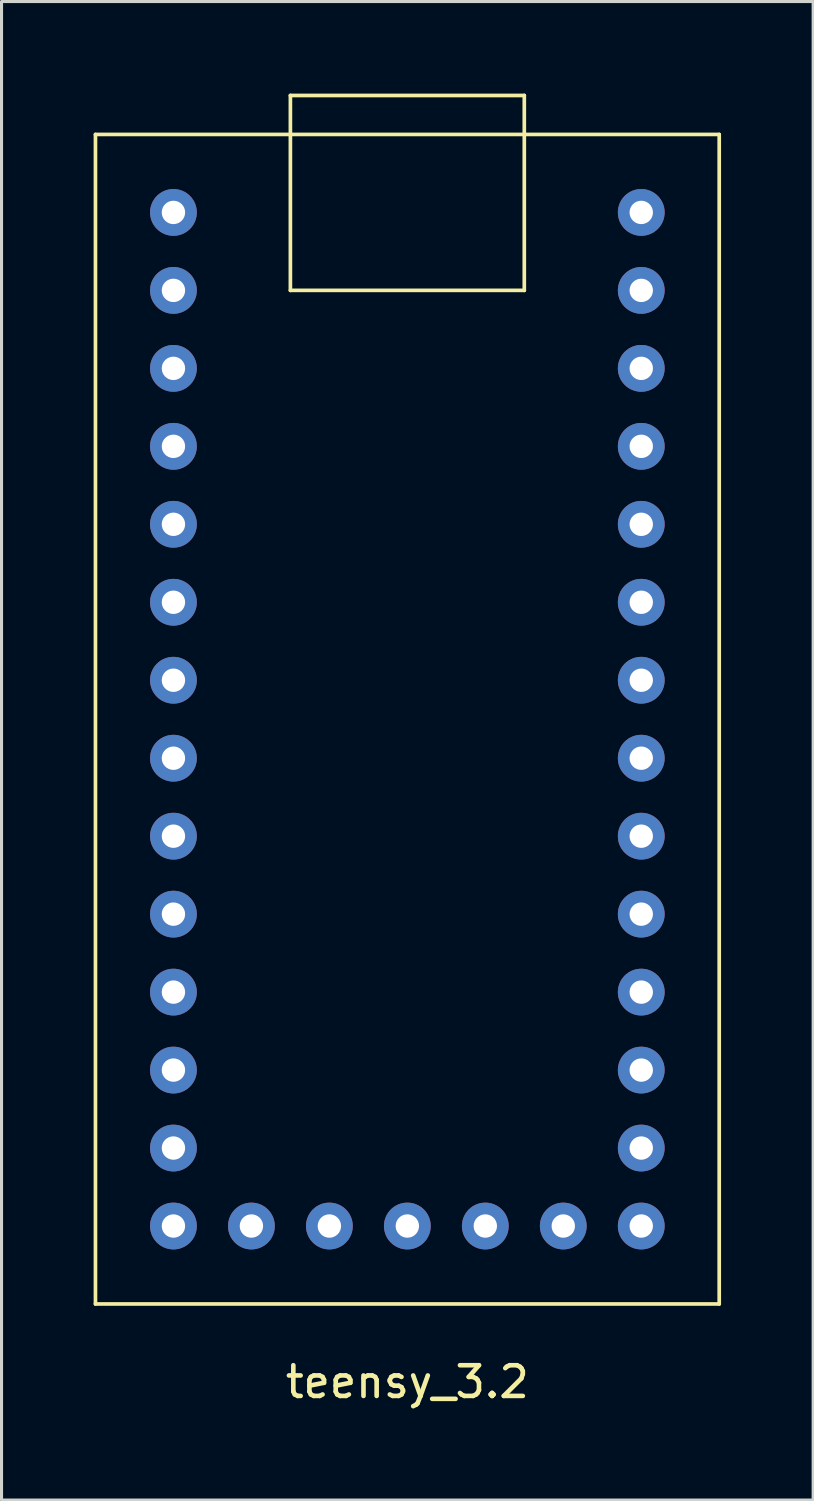
<source format=kicad_pcb>
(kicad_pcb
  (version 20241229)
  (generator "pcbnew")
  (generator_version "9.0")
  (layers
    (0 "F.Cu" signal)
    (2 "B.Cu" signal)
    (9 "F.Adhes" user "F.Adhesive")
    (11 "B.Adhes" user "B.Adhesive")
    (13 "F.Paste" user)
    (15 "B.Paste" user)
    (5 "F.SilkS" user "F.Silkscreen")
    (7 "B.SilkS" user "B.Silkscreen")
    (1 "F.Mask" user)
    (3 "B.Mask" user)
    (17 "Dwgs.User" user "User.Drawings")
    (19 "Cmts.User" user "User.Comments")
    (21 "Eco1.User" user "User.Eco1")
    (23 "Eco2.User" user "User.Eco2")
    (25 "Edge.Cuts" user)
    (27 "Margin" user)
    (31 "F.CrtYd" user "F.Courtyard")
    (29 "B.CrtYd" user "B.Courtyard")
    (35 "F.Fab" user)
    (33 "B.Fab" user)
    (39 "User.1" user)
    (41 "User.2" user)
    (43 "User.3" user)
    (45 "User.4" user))
  (footprint "teensy_3.2"
    (layer "F.Cu")
    (at 10.22 19.11)
    (property "Reference" "teensy_3.2" (at 0 22.86 0) (layer "F.SilkS") (effects (font (size 1 1) (thickness 0.15))))
    (attr through_hole)
    (fp_line (start -10.16 -17.78) (end 10.16 -17.78) (stroke (width 0.12) (type solid)) (layer "F.SilkS"))
    (fp_line (start -10.16 20.32) (end -10.16 -17.78) (stroke (width 0.12) (type solid)) (layer "F.SilkS"))
    (fp_line (start -3.81 -19.05) (end 3.81 -19.05) (stroke (width 0.12) (type solid)) (layer "F.SilkS"))
    (fp_line (start -3.81 -12.7) (end -3.81 -19.05) (stroke (width 0.12) (type solid)) (layer "F.SilkS"))
    (fp_line (start 3.81 -19.05) (end 3.81 -12.7) (stroke (width 0.12) (type solid)) (layer "F.SilkS"))
    (fp_line (start 3.81 -12.7) (end -3.81 -12.7) (stroke (width 0.12) (type solid)) (layer "F.SilkS"))
    (fp_line (start 10.16 -17.78) (end 10.16 20.32) (stroke (width 0.12) (type solid)) (layer "F.SilkS"))
    (fp_line (start 10.16 20.32) (end -10.16 20.32) (stroke (width 0.12) (type solid)) (layer "F.SilkS"))
    (pad "1" thru_hole circle (at -7.62 -15.24) (size 1.524 1.524) (drill 0.762) (layers "*.Cu" "*.Mask"))
    (pad "2" thru_hole circle (at -7.62 -12.7) (size 1.524 1.524) (drill 0.762) (layers "*.Cu" "*.Mask"))
    (pad "3" thru_hole circle (at -7.62 -10.16) (size 1.524 1.524) (drill 0.762) (layers "*.Cu" "*.Mask"))
    (pad "4" thru_hole circle (at -7.62 -7.62) (size 1.524 1.524) (drill 0.762) (layers "*.Cu" "*.Mask"))
    (pad "5" thru_hole circle (at -7.62 -5.08) (size 1.524 1.524) (drill 0.762) (layers "*.Cu" "*.Mask"))
    (pad "6" thru_hole circle (at -7.62 -2.54) (size 1.524 1.524) (drill 0.762) (layers "*.Cu" "*.Mask"))
    (pad "7" thru_hole circle (at -7.62 0) (size 1.524 1.524) (drill 0.762) (layers "*.Cu" "*.Mask"))
    (pad "8" thru_hole circle (at -7.62 2.54) (size 1.524 1.524) (drill 0.762) (layers "*.Cu" "*.Mask"))
    (pad "9" thru_hole circle (at -7.62 5.08) (size 1.524 1.524) (drill 0.762) (layers "*.Cu" "*.Mask"))
    (pad "10" thru_hole circle (at -7.62 7.62) (size 1.524 1.524) (drill 0.762) (layers "*.Cu" "*.Mask"))
    (pad "11" thru_hole circle (at -7.62 10.16) (size 1.524 1.524) (drill 0.762) (layers "*.Cu" "*.Mask"))
    (pad "12" thru_hole circle (at -7.62 12.7) (size 1.524 1.524) (drill 0.762) (layers "*.Cu" "*.Mask"))
    (pad "13" thru_hole circle (at -7.62 15.24) (size 1.524 1.524) (drill 0.762) (layers "*.Cu" "*.Mask"))
    (pad "14" thru_hole circle (at -7.62 17.78) (size 1.524 1.524) (drill 0.762) (layers "*.Cu" "*.Mask"))
    (pad "15" thru_hole circle (at -5.08 17.78) (size 1.524 1.524) (drill 0.762) (layers "*.Cu" "*.Mask"))
    (pad "16" thru_hole circle (at -2.54 17.78) (size 1.524 1.524) (drill 0.762) (layers "*.Cu" "*.Mask"))
    (pad "17" thru_hole circle (at 0 17.78) (size 1.524 1.524) (drill 0.762) (layers "*.Cu" "*.Mask"))
    (pad "18" thru_hole circle (at 2.54 17.78) (size 1.524 1.524) (drill 0.762) (layers "*.Cu" "*.Mask"))
    (pad "19" thru_hole circle (at 5.08 17.78) (size 1.524 1.524) (drill 0.762) (layers "*.Cu" "*.Mask"))
    (pad "20" thru_hole circle (at 7.62 17.78) (size 1.524 1.524) (drill 0.762) (layers "*.Cu" "*.Mask"))
    (pad "21" thru_hole circle (at 7.62 15.24) (size 1.524 1.524) (drill 0.762) (layers "*.Cu" "*.Mask"))
    (pad "22" thru_hole circle (at 7.62 12.7) (size 1.524 1.524) (drill 0.762) (layers "*.Cu" "*.Mask"))
    (pad "23" thru_hole circle (at 7.62 10.16) (size 1.524 1.524) (drill 0.762) (layers "*.Cu" "*.Mask"))
    (pad "24" thru_hole circle (at 7.62 7.62) (size 1.524 1.524) (drill 0.762) (layers "*.Cu" "*.Mask"))
    (pad "25" thru_hole circle (at 7.62 5.08) (size 1.524 1.524) (drill 0.762) (layers "*.Cu" "*.Mask"))
    (pad "26" thru_hole circle (at 7.62 2.54) (size 1.524 1.524) (drill 0.762) (layers "*.Cu" "*.Mask"))
    (pad "27" thru_hole circle (at 7.62 0) (size 1.524 1.524) (drill 0.762) (layers "*.Cu" "*.Mask"))
    (pad "28" thru_hole circle (at 7.62 -2.54) (size 1.524 1.524) (drill 0.762) (layers "*.Cu" "*.Mask"))
    (pad "29" thru_hole circle (at 7.62 -5.08) (size 1.524 1.524) (drill 0.762) (layers "*.Cu" "*.Mask"))
    (pad "30" thru_hole circle (at 7.62 -7.62) (size 1.524 1.524) (drill 0.762) (layers "*.Cu" "*.Mask"))
    (pad "31" thru_hole circle (at 7.62 -10.16) (size 1.524 1.524) (drill 0.762) (layers "*.Cu" "*.Mask"))
    (pad "32" thru_hole circle (at 7.62 -12.7) (size 1.524 1.524) (drill 0.762) (layers "*.Cu" "*.Mask"))
    (pad "33" thru_hole circle (at 7.62 -15.24) (size 1.524 1.524) (drill 0.762) (layers "*.Cu" "*.Mask")))
  (gr_rect
    (start -3 -3)
    (end 23.44 45.818)
    (stroke (width 0.1) (type default))
    (fill no)
    (layer "Edge.Cuts")))
</source>
